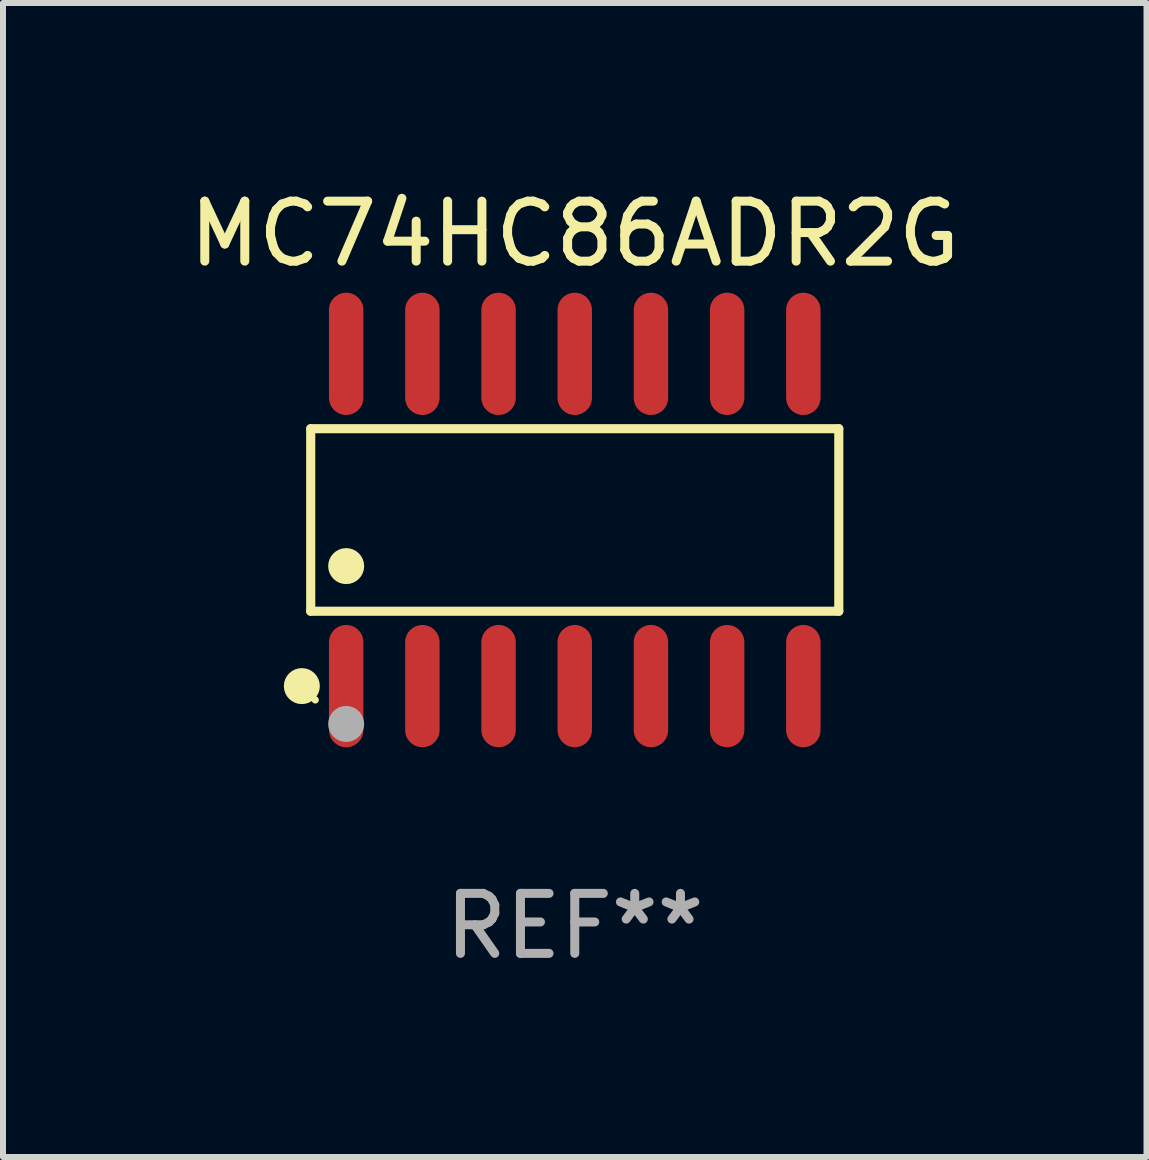
<source format=kicad_pcb>
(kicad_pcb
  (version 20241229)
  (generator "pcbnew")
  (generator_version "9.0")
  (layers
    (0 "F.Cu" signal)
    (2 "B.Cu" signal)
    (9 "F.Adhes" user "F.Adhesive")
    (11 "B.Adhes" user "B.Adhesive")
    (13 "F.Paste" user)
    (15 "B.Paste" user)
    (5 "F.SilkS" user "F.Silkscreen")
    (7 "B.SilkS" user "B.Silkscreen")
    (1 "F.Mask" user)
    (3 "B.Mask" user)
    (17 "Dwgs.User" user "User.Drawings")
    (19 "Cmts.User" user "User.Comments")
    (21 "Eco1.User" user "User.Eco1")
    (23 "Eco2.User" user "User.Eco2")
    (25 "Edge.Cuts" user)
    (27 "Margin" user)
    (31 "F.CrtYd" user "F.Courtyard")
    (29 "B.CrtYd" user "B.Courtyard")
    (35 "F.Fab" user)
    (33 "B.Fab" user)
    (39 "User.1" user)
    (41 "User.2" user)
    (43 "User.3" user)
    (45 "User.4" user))
  (footprint "MC74HC86ADR2G"
    (layer "F.Cu")
    (at 6.53 5.617)
    (property "Reference" "MC74HC86ADR2G" (at 0 -4.769 0) (layer "F.SilkS") (effects (font (size 1 1) (thickness 0.15))))
    (attr through_hole)
    (fp_line (start -4.401 -1.521) (end 4.401 -1.521) (stroke (width 0.152) (type solid)) (layer "F.SilkS"))
    (fp_line (start -4.401 1.521) (end -4.401 -1.521) (stroke (width 0.152) (type solid)) (layer "F.SilkS"))
    (fp_line (start 4.401 -1.521) (end 4.401 1.521) (stroke (width 0.152) (type solid)) (layer "F.SilkS"))
    (fp_line (start 4.401 1.521) (end -4.401 1.521) (stroke (width 0.152) (type solid)) (layer "F.SilkS"))
    (fp_circle (center -4.549 2.769) (end -4.399 2.769) (stroke (width 0.3) (type solid)) (fill no) (layer "F.SilkS"))
    (fp_circle (center -4.325 3) (end -4.295 3) (stroke (width 0.06) (type solid)) (fill no) (layer "F.SilkS"))
    (fp_circle (center -3.81 0.769) (end -3.66 0.769) (stroke (width 0.3) (type solid)) (fill no) (layer "F.SilkS"))
    (fp_circle (center -3.81 3.4) (end -3.66 3.4) (stroke (width 0.3) (type solid)) (fill no) (layer "F.Fab"))
    (fp_text user "REF**" (at 0 6.769 0) (layer "F.Fab") (effects (font (size 1 1) (thickness 0.15))))
    (pad "1" smd oval (at -3.81 2.769) (size 0.574 2.038) (layers "F.Cu" "F.Mask" "F.Paste"))
    (pad "2" smd oval (at -2.54 2.769) (size 0.574 2.038) (layers "F.Cu" "F.Mask" "F.Paste"))
    (pad "3" smd oval (at -1.27 2.769) (size 0.574 2.038) (layers "F.Cu" "F.Mask" "F.Paste"))
    (pad "4" smd oval (at 0 2.769) (size 0.574 2.038) (layers "F.Cu" "F.Mask" "F.Paste"))
    (pad "5" smd oval (at 1.27 2.769) (size 0.574 2.038) (layers "F.Cu" "F.Mask" "F.Paste"))
    (pad "6" smd oval (at 2.54 2.769) (size 0.574 2.038) (layers "F.Cu" "F.Mask" "F.Paste"))
    (pad "7" smd oval (at 3.81 2.769) (size 0.574 2.038) (layers "F.Cu" "F.Mask" "F.Paste"))
    (pad "8" smd oval (at 3.81 -2.769) (size 0.574 2.038) (layers "F.Cu" "F.Mask" "F.Paste"))
    (pad "9" smd oval (at 2.54 -2.769) (size 0.574 2.038) (layers "F.Cu" "F.Mask" "F.Paste"))
    (pad "10" smd oval (at 1.27 -2.769) (size 0.574 2.038) (layers "F.Cu" "F.Mask" "F.Paste"))
    (pad "11" smd oval (at 0 -2.769) (size 0.574 2.038) (layers "F.Cu" "F.Mask" "F.Paste"))
    (pad "12" smd oval (at -1.27 -2.769) (size 0.574 2.038) (layers "F.Cu" "F.Mask" "F.Paste"))
    (pad "13" smd oval (at -2.54 -2.769) (size 0.574 2.038) (layers "F.Cu" "F.Mask" "F.Paste"))
    (pad "14" smd oval (at -3.81 -2.769) (size 0.574 2.038) (layers "F.Cu" "F.Mask" "F.Paste")))
  (gr_rect
    (start -3 -3)
    (end 16.06 16.235)
    (stroke (width 0.1) (type default))
    (fill no)
    (layer "Edge.Cuts")))
</source>
